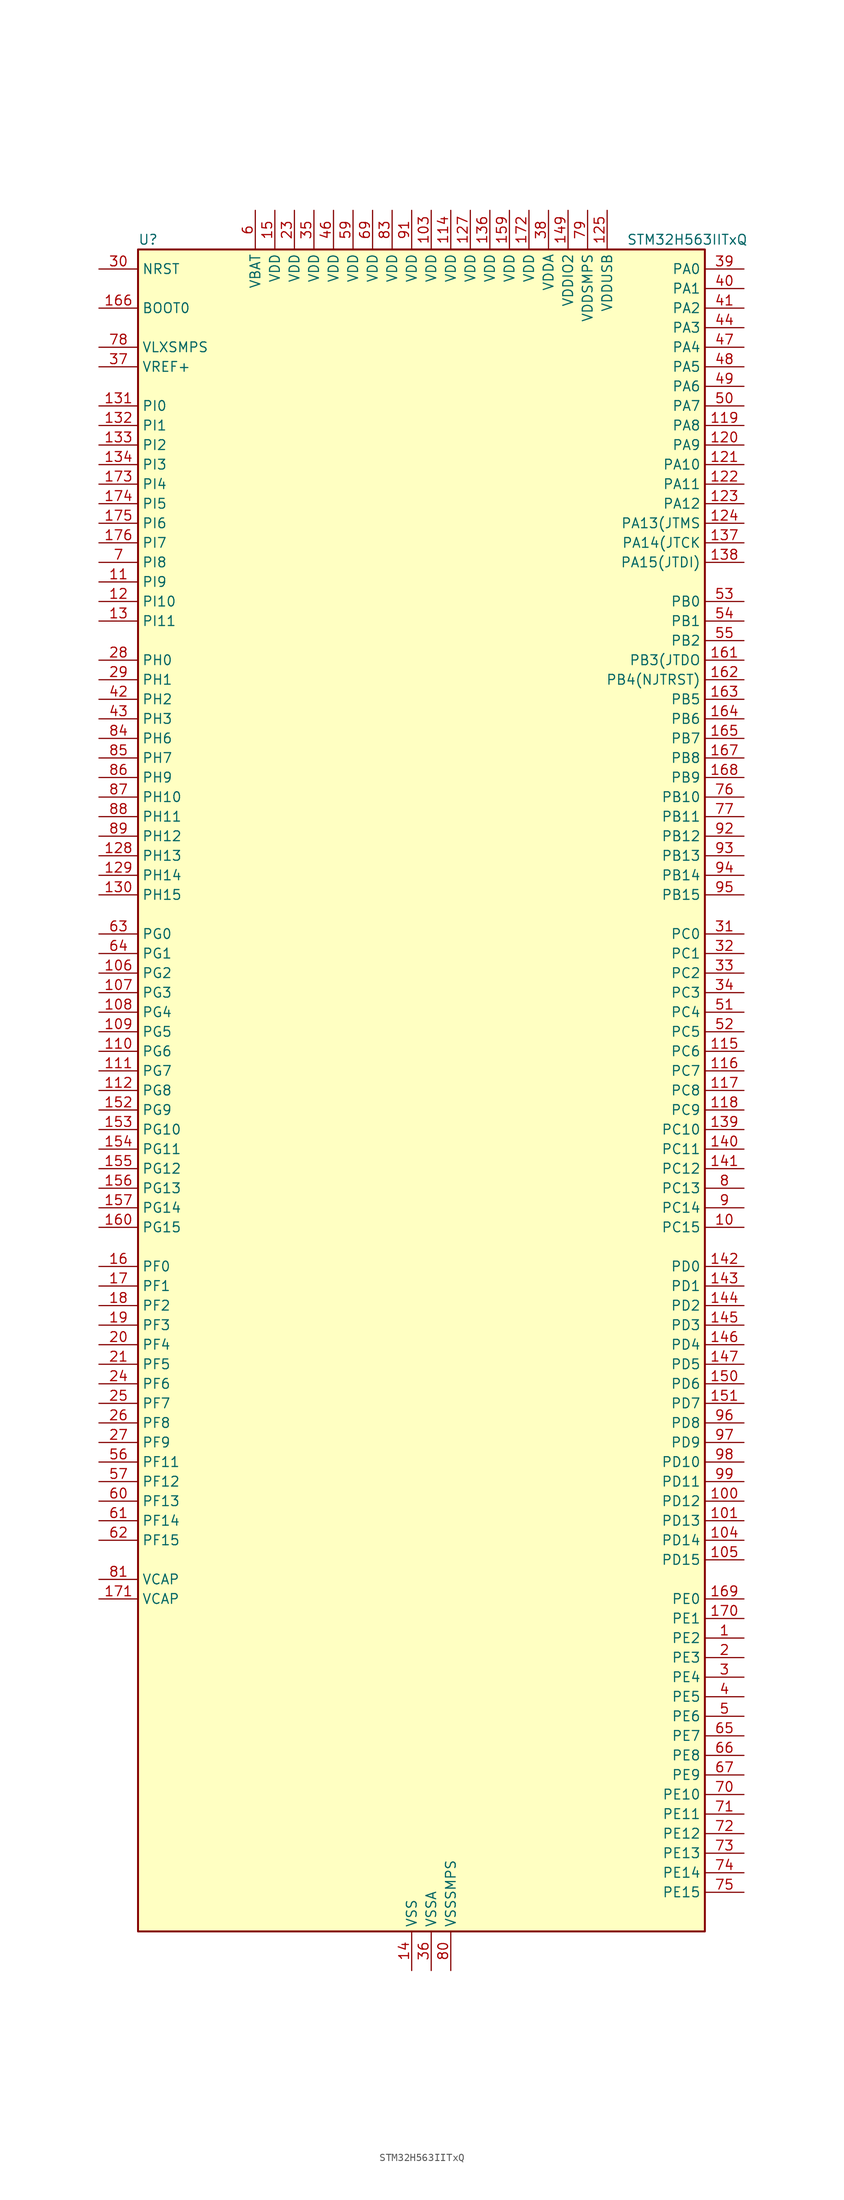
<source format=kicad_sym>
(kicad_symbol_lib
  (version 20231120)
  (generator "kicad-library-utils")
  (generator_version "8.0")
  (symbol "STM32H563IITxQ"
    (property "Reference" "U"
      (at -35.56 110.49 0)
      (effects (font (size 1.27 1.27)) (justify left)))
    (property "Value" "STM32H563IITxQ"
      (at 27.94 110.49 0)
      (effects (font (size 1.27 1.27)) (justify left)))
    (symbol "STM32H563IITxQ_0_1"
      (rectangle (start -35.56 -109.22) (end 38.1 109.22) (stroke (width 0.254) (type default)) (fill (type background))))
    (symbol "STM32H563IITxQ_1_1"
      (pin bidirectional line (at 43.18 -71.12 180) (length 5.08) (name "PE2" (effects (font (size 1.27 1.27)))) (number "1" (effects (font (size 1.27 1.27)))) (alternate "DCMI_D3" bidirectional line) (alternate "DEBUG_TRACECLK" bidirectional line) (alternate "ETH_TXD3" bidirectional line) (alternate "FMC_A23" bidirectional line) (alternate "LPTIM1_IN2" bidirectional line) (alternate "OCTOSPI1_IO2" bidirectional line) (alternate "PSSI_D3" bidirectional line) (alternate "SAI1_CK1" bidirectional line) (alternate "SAI1_MCLK_A" bidirectional line) (alternate "SPI4_SCK" bidirectional line) (alternate "UART8_TX" bidirectional line) (alternate "USART10_RX" bidirectional line))
      (pin bidirectional line (at 43.18 -17.78 180) (length 5.08) (name "PC15" (effects (font (size 1.27 1.27)))) (number "10" (effects (font (size 1.27 1.27)))) (alternate "ADC1_EXTI15" bidirectional line) (alternate "ADC2_EXTI15" bidirectional line) (alternate "RCC_OSC32_OUT" bidirectional line))
      (pin bidirectional line (at 43.18 -53.34 180) (length 5.08) (name "PD12" (effects (font (size 1.27 1.27)))) (number "100" (effects (font (size 1.27 1.27)))) (alternate "DCMI_D12" bidirectional line) (alternate "FMC_A17" bidirectional line) (alternate "FMC_ALE" bidirectional line) (alternate "I2C4_SCL" bidirectional line) (alternate "I3C1_SCL" bidirectional line) (alternate "LPTIM1_IN1" bidirectional line) (alternate "LPTIM2_IN1" bidirectional line) (alternate "OCTOSPI1_IO1" bidirectional line) (alternate "PSSI_D12" bidirectional line) (alternate "SAI1_D1" bidirectional line) (alternate "SAI2_FS_A" bidirectional line) (alternate "TIM4_CH1" bidirectional line) (alternate "UART4_TX" bidirectional line) (alternate "USART3_RTS" bidirectional line))
      (pin bidirectional line (at 43.18 -55.88 180) (length 5.08) (name "PD13" (effects (font (size 1.27 1.27)))) (number "101" (effects (font (size 1.27 1.27)))) (alternate "DCMI_D13" bidirectional line) (alternate "FMC_A18" bidirectional line) (alternate "I2C4_SDA" bidirectional line) (alternate "I3C1_SDA" bidirectional line) (alternate "LPTIM1_CH1" bidirectional line) (alternate "LPTIM2_CH1" bidirectional line) (alternate "LPTIM4_IN1" bidirectional line) (alternate "OCTOSPI1_IO3" bidirectional line) (alternate "PSSI_D13" bidirectional line) (alternate "SAI2_SCK_A" bidirectional line) (alternate "TIM4_CH2" bidirectional line) (alternate "UART9_RTS" bidirectional line))
      (pin passive line (at 0 -114.3 90) (length 5.08) hide (name "VSS" (effects (font (size 1.27 1.27)))) (number "102" (effects (font (size 1.27 1.27)))))
      (pin power_in line (at 2.54 114.3 270) (length 5.08) (name "VDD" (effects (font (size 1.27 1.27)))) (number "103" (effects (font (size 1.27 1.27)))))
      (pin bidirectional line (at 43.18 -58.42 180) (length 5.08) (name "PD14" (effects (font (size 1.27 1.27)))) (number "104" (effects (font (size 1.27 1.27)))) (alternate "FMC_D0" bidirectional line) (alternate "FMC_DA0" bidirectional line) (alternate "TIM4_CH3" bidirectional line) (alternate "UART8_CTS" bidirectional line) (alternate "UART9_RX" bidirectional line))
      (pin bidirectional line (at 43.18 -60.96 180) (length 5.08) (name "PD15" (effects (font (size 1.27 1.27)))) (number "105" (effects (font (size 1.27 1.27)))) (alternate "ADC1_EXTI15" bidirectional line) (alternate "ADC2_EXTI15" bidirectional line) (alternate "FMC_D1" bidirectional line) (alternate "FMC_DA1" bidirectional line) (alternate "TIM4_CH4" bidirectional line) (alternate "UART8_RTS" bidirectional line) (alternate "UART9_TX" bidirectional line))
      (pin bidirectional line (at -40.64 15.24 0) (length 5.08) (name "PG2" (effects (font (size 1.27 1.27)))) (number "106" (effects (font (size 1.27 1.27)))) (alternate "FMC_A12" bidirectional line) (alternate "LPTIM6_ETR" bidirectional line) (alternate "TIM8_BKIN" bidirectional line) (alternate "UART12_RX" bidirectional line))
      (pin bidirectional line (at -40.64 12.7 0) (length 5.08) (name "PG3" (effects (font (size 1.27 1.27)))) (number "107" (effects (font (size 1.27 1.27)))) (alternate "FMC_A13" bidirectional line) (alternate "LPTIM5_ETR" bidirectional line) (alternate "TIM8_BKIN2" bidirectional line) (alternate "UART12_TX" bidirectional line))
      (pin bidirectional line (at -40.64 10.16 0) (length 5.08) (name "PG4" (effects (font (size 1.27 1.27)))) (number "108" (effects (font (size 1.27 1.27)))) (alternate "FMC_A14" bidirectional line) (alternate "FMC_BA0" bidirectional line) (alternate "LPTIM4_ETR" bidirectional line) (alternate "TIM1_BKIN2" bidirectional line))
      (pin bidirectional line (at -40.64 7.62 0) (length 5.08) (name "PG5" (effects (font (size 1.27 1.27)))) (number "109" (effects (font (size 1.27 1.27)))) (alternate "FMC_A15" bidirectional line) (alternate "FMC_BA1" bidirectional line) (alternate "TIM1_ETR" bidirectional line))
      (pin bidirectional line (at -40.64 66.04 0) (length 5.08) (name "PI9" (effects (font (size 1.27 1.27)))) (number "11" (effects (font (size 1.27 1.27)))) (alternate "DAC1_EXTI9" bidirectional line) (alternate "FDCAN1_RX" bidirectional line) (alternate "UART4_RX" bidirectional line))
      (pin bidirectional line (at -40.64 5.08 0) (length 5.08) (name "PG6" (effects (font (size 1.27 1.27)))) (number "110" (effects (font (size 1.27 1.27)))) (alternate "DCMI_D12" bidirectional line) (alternate "FMC_NE3" bidirectional line) (alternate "I2C4_SDA" bidirectional line) (alternate "I3C1_SDA" bidirectional line) (alternate "OCTOSPI1_NCS" bidirectional line) (alternate "PSSI_D12" bidirectional line) (alternate "SPI1_RDY" bidirectional line) (alternate "TIM17_BKIN" bidirectional line) (alternate "UCPD1_FRSTX" bidirectional line))
      (pin bidirectional line (at -40.64 2.54 0) (length 5.08) (name "PG7" (effects (font (size 1.27 1.27)))) (number "111" (effects (font (size 1.27 1.27)))) (alternate "DCMI_D13" bidirectional line) (alternate "FMC_INT" bidirectional line) (alternate "I2C4_SCL" bidirectional line) (alternate "I3C1_SCL" bidirectional line) (alternate "PSSI_D13" bidirectional line) (alternate "SAI1_CK2" bidirectional line) (alternate "SAI1_MCLK_A" bidirectional line) (alternate "UCPD1_FRSTX" bidirectional line) (alternate "USART6_CK" bidirectional line))
      (pin bidirectional line (at -40.64 0 0) (length 5.08) (name "PG8" (effects (font (size 1.27 1.27)))) (number "112" (effects (font (size 1.27 1.27)))) (alternate "ETH_PPS_OUT" bidirectional line) (alternate "FMC_SDCLK" bidirectional line) (alternate "SPI6_NSS" bidirectional line) (alternate "TIM8_ETR" bidirectional line) (alternate "USART6_RTS" bidirectional line))
      (pin passive line (at 0 -114.3 90) (length 5.08) hide (name "VSS" (effects (font (size 1.27 1.27)))) (number "113" (effects (font (size 1.27 1.27)))))
      (pin power_in line (at 5.08 114.3 270) (length 5.08) (name "VDD" (effects (font (size 1.27 1.27)))) (number "114" (effects (font (size 1.27 1.27)))))
      (pin bidirectional line (at 43.18 5.08 180) (length 5.08) (name "PC6" (effects (font (size 1.27 1.27)))) (number "115" (effects (font (size 1.27 1.27)))) (alternate "DCMI_D0" bidirectional line) (alternate "FMC_NWAIT" bidirectional line) (alternate "I2S2_MCK" bidirectional line) (alternate "OCTOSPI1_IO5" bidirectional line) (alternate "PSSI_D0" bidirectional line) (alternate "SAI1_SCK_A" bidirectional line) (alternate "SDMMC1_D0DIR" bidirectional line) (alternate "SDMMC1_D6" bidirectional line) (alternate "SDMMC2_D6" bidirectional line) (alternate "TIM3_CH1" bidirectional line) (alternate "TIM8_CH1" bidirectional line) (alternate "USART6_TX" bidirectional line))
      (pin bidirectional line (at 43.18 2.54 180) (length 5.08) (name "PC7" (effects (font (size 1.27 1.27)))) (number "116" (effects (font (size 1.27 1.27)))) (alternate "DCMI_D1" bidirectional line) (alternate "DEBUG_TRGIO" bidirectional line) (alternate "FMC_NE1" bidirectional line) (alternate "I2S3_MCK" bidirectional line) (alternate "OCTOSPI1_IO6" bidirectional line) (alternate "PSSI_D1" bidirectional line) (alternate "SDMMC1_D123DIR" bidirectional line) (alternate "SDMMC1_D7" bidirectional line) (alternate "SDMMC2_D7" bidirectional line) (alternate "TIM3_CH2" bidirectional line) (alternate "TIM8_CH2" bidirectional line) (alternate "USART6_RX" bidirectional line))
      (pin bidirectional line (at 43.18 0 180) (length 5.08) (name "PC8" (effects (font (size 1.27 1.27)))) (number "117" (effects (font (size 1.27 1.27)))) (alternate "DCMI_D2" bidirectional line) (alternate "DEBUG_TRACED1" bidirectional line) (alternate "FMC_ALE" bidirectional line) (alternate "FMC_INT" bidirectional line) (alternate "FMC_NCE" bidirectional line) (alternate "FMC_NE2" bidirectional line) (alternate "PSSI_D2" bidirectional line) (alternate "SDMMC1_D0" bidirectional line) (alternate "TIM3_CH3" bidirectional line) (alternate "TIM8_CH3" bidirectional line) (alternate "UART5_DE" bidirectional line) (alternate "UART5_RTS" bidirectional line) (alternate "USART6_CK" bidirectional line))
      (pin bidirectional line (at 43.18 -2.54 180) (length 5.08) (name "PC9" (effects (font (size 1.27 1.27)))) (number "118" (effects (font (size 1.27 1.27)))) (alternate "AUDIOCLK" bidirectional line) (alternate "DAC1_EXTI9" bidirectional line) (alternate "DCMI_D3" bidirectional line) (alternate "FMC_CLE" bidirectional line) (alternate "I2C3_SDA" bidirectional line) (alternate "OCTOSPI1_IO0" bidirectional line) (alternate "PSSI_D3" bidirectional line) (alternate "RCC_MCO_2" bidirectional line) (alternate "SDMMC1_D1" bidirectional line) (alternate "TIM3_CH4" bidirectional line) (alternate "TIM8_CH4" bidirectional line) (alternate "UART5_CTS" bidirectional line) (alternate "UCPD1_DB2" bidirectional line))
      (pin bidirectional line (at 43.18 86.36 180) (length 5.08) (name "PA8" (effects (font (size 1.27 1.27)))) (number "119" (effects (font (size 1.27 1.27)))) (alternate "DCMI_D3" bidirectional line) (alternate "FMC_NOE" bidirectional line) (alternate "I2C3_SCL" bidirectional line) (alternate "PSSI_D3" bidirectional line) (alternate "RCC_MCO_1" bidirectional line) (alternate "SPI1_RDY" bidirectional line) (alternate "TIM1_CH1" bidirectional line) (alternate "TIM8_BKIN2" bidirectional line) (alternate "UART7_RX" bidirectional line) (alternate "USART1_CK" bidirectional line) (alternate "USB_SOF" bidirectional line))
      (pin bidirectional line (at -40.64 63.5 0) (length 5.08) (name "PI10" (effects (font (size 1.27 1.27)))) (number "12" (effects (font (size 1.27 1.27)))) (alternate "ETH_RX_ER" bidirectional line) (alternate "FDCAN1_RX" bidirectional line) (alternate "PSSI_D14" bidirectional line))
      (pin bidirectional line (at 43.18 83.82 180) (length 5.08) (name "PA9" (effects (font (size 1.27 1.27)))) (number "120" (effects (font (size 1.27 1.27)))) (alternate "DAC1_EXTI9" bidirectional line) (alternate "DCMI_D0" bidirectional line) (alternate "ETH_TX_ER" bidirectional line) (alternate "FMC_NWE" bidirectional line) (alternate "I2C3_SMBA" bidirectional line) (alternate "I2S2_CK" bidirectional line) (alternate "LPUART1_TX" bidirectional line) (alternate "PSSI_D0" bidirectional line) (alternate "SPI2_SCK" bidirectional line) (alternate "TIM1_CH2" bidirectional line) (alternate "UCPD1_DB1" bidirectional line) (alternate "USART1_TX" bidirectional line))
      (pin bidirectional line (at 43.18 81.28 180) (length 5.08) (name "PA10" (effects (font (size 1.27 1.27)))) (number "121" (effects (font (size 1.27 1.27)))) (alternate "DCMI_D1" bidirectional line) (alternate "FDCAN2_TX" bidirectional line) (alternate "LPTIM2_IN2" bidirectional line) (alternate "LPUART1_RX" bidirectional line) (alternate "PSSI_D1" bidirectional line) (alternate "SDMMC1_D0" bidirectional line) (alternate "TIM1_CH3" bidirectional line) (alternate "UCPD1_FRSTX" bidirectional line) (alternate "USART1_RX" bidirectional line))
      (pin bidirectional line (at 43.18 78.74 180) (length 5.08) (name "PA11" (effects (font (size 1.27 1.27)))) (number "122" (effects (font (size 1.27 1.27)))) (alternate "ADC1_EXTI11" bidirectional line) (alternate "ADC2_EXTI11" bidirectional line) (alternate "FDCAN1_RX" bidirectional line) (alternate "I2S2_WS" bidirectional line) (alternate "LPUART1_CTS" bidirectional line) (alternate "SPI2_NSS" bidirectional line) (alternate "TIM1_CH4" bidirectional line) (alternate "UART4_RX" bidirectional line) (alternate "USART1_CTS" bidirectional line) (alternate "USART1_NSS" bidirectional line) (alternate "USB_DM" bidirectional line))
      (pin bidirectional line (at 43.18 76.2 180) (length 5.08) (name "PA12" (effects (font (size 1.27 1.27)))) (number "123" (effects (font (size 1.27 1.27)))) (alternate "FDCAN1_TX" bidirectional line) (alternate "I2S2_CK" bidirectional line) (alternate "LPUART1_RTS" bidirectional line) (alternate "SAI2_FS_B" bidirectional line) (alternate "SPI2_SCK" bidirectional line) (alternate "TIM1_ETR" bidirectional line) (alternate "UART4_TX" bidirectional line) (alternate "USART1_RTS" bidirectional line) (alternate "USB_DP" bidirectional line))
      (pin bidirectional line (at 43.18 73.66 180) (length 5.08) (name "PA13(JTMS" (effects (font (size 1.27 1.27)))) (number "124" (effects (font (size 1.27 1.27)))) (alternate "DEBUG_JTMS-SWDIO" bidirectional line))
      (pin power_in line (at 25.4 114.3 270) (length 5.08) (name "VDDUSB" (effects (font (size 1.27 1.27)))) (number "125" (effects (font (size 1.27 1.27)))))
      (pin passive line (at 0 -114.3 90) (length 5.08) hide (name "VSS" (effects (font (size 1.27 1.27)))) (number "126" (effects (font (size 1.27 1.27)))))
      (pin power_in line (at 7.62 114.3 270) (length 5.08) (name "VDD" (effects (font (size 1.27 1.27)))) (number "127" (effects (font (size 1.27 1.27)))))
      (pin bidirectional line (at -40.64 30.48 0) (length 5.08) (name "PH13" (effects (font (size 1.27 1.27)))) (number "128" (effects (font (size 1.27 1.27)))) (alternate "DCMI_D3" bidirectional line) (alternate "FDCAN1_TX" bidirectional line) (alternate "LPTIM1_IN2" bidirectional line) (alternate "PSSI_D3" bidirectional line) (alternate "TIM8_CH1N" bidirectional line) (alternate "UART4_TX" bidirectional line) (alternate "UART8_TX" bidirectional line))
      (pin bidirectional line (at -40.64 27.94 0) (length 5.08) (name "PH14" (effects (font (size 1.27 1.27)))) (number "129" (effects (font (size 1.27 1.27)))) (alternate "DCMI_D4" bidirectional line) (alternate "FDCAN1_RX" bidirectional line) (alternate "PSSI_D4" bidirectional line) (alternate "TIM8_CH2N" bidirectional line) (alternate "UART4_RX" bidirectional line))
      (pin bidirectional line (at -40.64 60.96 0) (length 5.08) (name "PI11" (effects (font (size 1.27 1.27)))) (number "13" (effects (font (size 1.27 1.27)))) (alternate "ADC1_EXTI11" bidirectional line) (alternate "ADC2_EXTI11" bidirectional line) (alternate "PSSI_D15" bidirectional line) (alternate "TAMP_IN4" bidirectional line) (alternate "TAMP_OUT5" bidirectional line))
      (pin bidirectional line (at -40.64 25.4 0) (length 5.08) (name "PH15" (effects (font (size 1.27 1.27)))) (number "130" (effects (font (size 1.27 1.27)))) (alternate "ADC1_EXTI15" bidirectional line) (alternate "ADC2_EXTI15" bidirectional line) (alternate "DCMI_D11" bidirectional line) (alternate "PSSI_D11" bidirectional line) (alternate "TIM8_CH3N" bidirectional line))
      (pin bidirectional line (at -40.64 88.9 0) (length 5.08) (name "PI0" (effects (font (size 1.27 1.27)))) (number "131" (effects (font (size 1.27 1.27)))) (alternate "DCMI_D13" bidirectional line) (alternate "I2S2_WS" bidirectional line) (alternate "PSSI_D13" bidirectional line) (alternate "SPI2_NSS" bidirectional line) (alternate "TIM5_CH4" bidirectional line))
      (pin bidirectional line (at -40.64 86.36 0) (length 5.08) (name "PI1" (effects (font (size 1.27 1.27)))) (number "132" (effects (font (size 1.27 1.27)))) (alternate "DCMI_D8" bidirectional line) (alternate "I2S2_CK" bidirectional line) (alternate "PSSI_D8" bidirectional line) (alternate "SPI2_SCK" bidirectional line) (alternate "TIM8_BKIN2" bidirectional line))
      (pin bidirectional line (at -40.64 83.82 0) (length 5.08) (name "PI2" (effects (font (size 1.27 1.27)))) (number "133" (effects (font (size 1.27 1.27)))) (alternate "DCMI_D9" bidirectional line) (alternate "I2S2_SDI" bidirectional line) (alternate "PSSI_D9" bidirectional line) (alternate "SPI2_MISO" bidirectional line) (alternate "TIM8_CH4" bidirectional line))
      (pin bidirectional line (at -40.64 81.28 0) (length 5.08) (name "PI3" (effects (font (size 1.27 1.27)))) (number "134" (effects (font (size 1.27 1.27)))) (alternate "DCMI_D10" bidirectional line) (alternate "I2S2_SDO" bidirectional line) (alternate "PSSI_D10" bidirectional line) (alternate "SPI2_MOSI" bidirectional line) (alternate "TIM8_ETR" bidirectional line))
      (pin passive line (at 0 -114.3 90) (length 5.08) hide (name "VSS" (effects (font (size 1.27 1.27)))) (number "135" (effects (font (size 1.27 1.27)))))
      (pin power_in line (at 10.16 114.3 270) (length 5.08) (name "VDD" (effects (font (size 1.27 1.27)))) (number "136" (effects (font (size 1.27 1.27)))))
      (pin bidirectional line (at 43.18 71.12 180) (length 5.08) (name "PA14(JTCK" (effects (font (size 1.27 1.27)))) (number "137" (effects (font (size 1.27 1.27)))) (alternate "DEBUG_JTCK-SWCLK" bidirectional line))
      (pin bidirectional line (at 43.18 68.58 180) (length 5.08) (name "PA15(JTDI)" (effects (font (size 1.27 1.27)))) (number "138" (effects (font (size 1.27 1.27)))) (alternate "ADC1_EXTI15" bidirectional line) (alternate "ADC2_EXTI15" bidirectional line) (alternate "CEC" bidirectional line) (alternate "DCMI_D11" bidirectional line) (alternate "DEBUG_JTDI" bidirectional line) (alternate "FMC_NBL1" bidirectional line) (alternate "I2S1_WS" bidirectional line) (alternate "I2S3_WS" bidirectional line) (alternate "LPTIM3_IN2" bidirectional line) (alternate "PSSI_D11" bidirectional line) (alternate "SPI1_NSS" bidirectional line) (alternate "SPI3_NSS" bidirectional line) (alternate "SPI6_NSS" bidirectional line) (alternate "TIM2_CH1" bidirectional line) (alternate "TIM2_ETR" bidirectional line) (alternate "UART4_DE" bidirectional line) (alternate "UART4_RTS" bidirectional line) (alternate "UART7_TX" bidirectional line))
      (pin bidirectional line (at 43.18 -5.08 180) (length 5.08) (name "PC10" (effects (font (size 1.27 1.27)))) (number "139" (effects (font (size 1.27 1.27)))) (alternate "DCMI_D8" bidirectional line) (alternate "ETH_TXD0" bidirectional line) (alternate "I2S3_CK" bidirectional line) (alternate "LPTIM3_ETR" bidirectional line) (alternate "OCTOSPI1_IO1" bidirectional line) (alternate "PSSI_D8" bidirectional line) (alternate "SDMMC1_D2" bidirectional line) (alternate "SPI3_SCK" bidirectional line) (alternate "UART4_TX" bidirectional line) (alternate "USART3_TX" bidirectional line))
      (pin power_in line (at 0 -114.3 90) (length 5.08) (name "VSS" (effects (font (size 1.27 1.27)))) (number "14" (effects (font (size 1.27 1.27)))))
      (pin bidirectional line (at 43.18 -7.62 180) (length 5.08) (name "PC11" (effects (font (size 1.27 1.27)))) (number "140" (effects (font (size 1.27 1.27)))) (alternate "ADC1_EXTI11" bidirectional line) (alternate "ADC2_EXTI11" bidirectional line) (alternate "DCMI_D4" bidirectional line) (alternate "I2S3_SDI" bidirectional line) (alternate "LPTIM3_IN1" bidirectional line) (alternate "OCTOSPI1_NCS" bidirectional line) (alternate "PSSI_D4" bidirectional line) (alternate "SDMMC1_D3" bidirectional line) (alternate "SPI3_MISO" bidirectional line) (alternate "UART4_RX" bidirectional line) (alternate "USART3_RX" bidirectional line))
      (pin bidirectional line (at 43.18 -10.16 180) (length 5.08) (name "PC12" (effects (font (size 1.27 1.27)))) (number "141" (effects (font (size 1.27 1.27)))) (alternate "DCMI_D9" bidirectional line) (alternate "DEBUG_TRACED3" bidirectional line) (alternate "I2S3_SDO" bidirectional line) (alternate "PSSI_D9" bidirectional line) (alternate "SDMMC1_CK" bidirectional line) (alternate "SPI3_MOSI" bidirectional line) (alternate "SPI6_SCK" bidirectional line) (alternate "TIM15_CH1" bidirectional line) (alternate "UART5_TX" bidirectional line) (alternate "USART3_CK" bidirectional line))
      (pin bidirectional line (at 43.18 -22.86 180) (length 5.08) (name "PD0" (effects (font (size 1.27 1.27)))) (number "142" (effects (font (size 1.27 1.27)))) (alternate "FDCAN1_RX" bidirectional line) (alternate "FMC_D2" bidirectional line) (alternate "FMC_DA2" bidirectional line) (alternate "TIM8_CH4N" bidirectional line) (alternate "UART4_RX" bidirectional line) (alternate "UART9_CTS" bidirectional line))
      (pin bidirectional line (at 43.18 -25.4 180) (length 5.08) (name "PD1" (effects (font (size 1.27 1.27)))) (number "143" (effects (font (size 1.27 1.27)))) (alternate "FDCAN1_TX" bidirectional line) (alternate "FMC_D3" bidirectional line) (alternate "FMC_DA3" bidirectional line) (alternate "UART4_TX" bidirectional line))
      (pin bidirectional line (at 43.18 -27.94 180) (length 5.08) (name "PD2" (effects (font (size 1.27 1.27)))) (number "144" (effects (font (size 1.27 1.27)))) (alternate "DCMI_D11" bidirectional line) (alternate "DEBUG_TRACED2" bidirectional line) (alternate "LPTIM4_ETR" bidirectional line) (alternate "PSSI_D11" bidirectional line) (alternate "PWR_WKUP7" bidirectional line) (alternate "SDMMC1_CMD" bidirectional line) (alternate "TIM15_BKIN" bidirectional line) (alternate "TIM3_ETR" bidirectional line) (alternate "UART5_RX" bidirectional line))
      (pin bidirectional line (at 43.18 -30.48 180) (length 5.08) (name "PD3" (effects (font (size 1.27 1.27)))) (number "145" (effects (font (size 1.27 1.27)))) (alternate "DCMI_D5" bidirectional line) (alternate "FMC_CLK" bidirectional line) (alternate "I2S2_CK" bidirectional line) (alternate "PSSI_D5" bidirectional line) (alternate "PWR_WKUP8" bidirectional line) (alternate "SPI2_SCK" bidirectional line) (alternate "USART2_CTS" bidirectional line) (alternate "USART2_NSS" bidirectional line))
      (pin bidirectional line (at 43.18 -33.02 180) (length 5.08) (name "PD4" (effects (font (size 1.27 1.27)))) (number "146" (effects (font (size 1.27 1.27)))) (alternate "FMC_NOE" bidirectional line) (alternate "OCTOSPI1_IO4" bidirectional line) (alternate "USART2_RTS" bidirectional line))
      (pin bidirectional line (at 43.18 -35.56 180) (length 5.08) (name "PD5" (effects (font (size 1.27 1.27)))) (number "147" (effects (font (size 1.27 1.27)))) (alternate "FDCAN1_TX" bidirectional line) (alternate "FMC_NWE" bidirectional line) (alternate "OCTOSPI1_IO5" bidirectional line) (alternate "SPI2_RDY" bidirectional line) (alternate "TIM1_CH4N" bidirectional line) (alternate "USART2_TX" bidirectional line))
      (pin passive line (at 0 -114.3 90) (length 5.08) hide (name "VSS" (effects (font (size 1.27 1.27)))) (number "148" (effects (font (size 1.27 1.27)))))
      (pin power_in line (at 20.32 114.3 270) (length 5.08) (name "VDDIO2" (effects (font (size 1.27 1.27)))) (number "149" (effects (font (size 1.27 1.27)))))
      (pin power_in line (at -17.78 114.3 270) (length 5.08) (name "VDD" (effects (font (size 1.27 1.27)))) (number "15" (effects (font (size 1.27 1.27)))))
      (pin bidirectional line (at 43.18 -38.1 180) (length 5.08) (name "PD6" (effects (font (size 1.27 1.27)))) (number "150" (effects (font (size 1.27 1.27)))) (alternate "DCMI_D10" bidirectional line) (alternate "FMC_NWAIT" bidirectional line) (alternate "I2S3_SDO" bidirectional line) (alternate "OCTOSPI1_IO6" bidirectional line) (alternate "PSSI_D10" bidirectional line) (alternate "SAI1_D1" bidirectional line) (alternate "SAI1_SD_A" bidirectional line) (alternate "SDMMC2_CK" bidirectional line) (alternate "SPI3_MOSI" bidirectional line) (alternate "USART2_RX" bidirectional line))
      (pin bidirectional line (at 43.18 -40.64 180) (length 5.08) (name "PD7" (effects (font (size 1.27 1.27)))) (number "151" (effects (font (size 1.27 1.27)))) (alternate "FMC_NCE" bidirectional line) (alternate "FMC_NE1" bidirectional line) (alternate "I2S1_SDO" bidirectional line) (alternate "LPTIM4_OUT" bidirectional line) (alternate "OCTOSPI1_IO7" bidirectional line) (alternate "SDMMC2_CMD" bidirectional line) (alternate "SPI1_MOSI" bidirectional line) (alternate "USART2_CK" bidirectional line))
      (pin bidirectional line (at -40.64 -2.54 0) (length 5.08) (name "PG9" (effects (font (size 1.27 1.27)))) (number "152" (effects (font (size 1.27 1.27)))) (alternate "DAC1_EXTI9" bidirectional line) (alternate "DCMI_VSYNC" bidirectional line) (alternate "FMC_NCE" bidirectional line) (alternate "FMC_NE2" bidirectional line) (alternate "I2S1_SDI" bidirectional line) (alternate "OCTOSPI1_IO6" bidirectional line) (alternate "PSSI_RDY" bidirectional line) (alternate "SAI2_FS_B" bidirectional line) (alternate "SDMMC2_D0" bidirectional line) (alternate "SPI1_MISO" bidirectional line) (alternate "USART6_RX" bidirectional line))
      (pin bidirectional line (at -40.64 -5.08 0) (length 5.08) (name "PG10" (effects (font (size 1.27 1.27)))) (number "153" (effects (font (size 1.27 1.27)))) (alternate "DCMI_D2" bidirectional line) (alternate "FMC_NE3" bidirectional line) (alternate "I2S1_WS" bidirectional line) (alternate "PSSI_D2" bidirectional line) (alternate "SAI2_SD_B" bidirectional line) (alternate "SDMMC2_D1" bidirectional line) (alternate "SPI1_NSS" bidirectional line))
      (pin bidirectional line (at -40.64 -7.62 0) (length 5.08) (name "PG11" (effects (font (size 1.27 1.27)))) (number "154" (effects (font (size 1.27 1.27)))) (alternate "ADC1_EXTI11" bidirectional line) (alternate "ADC2_EXTI11" bidirectional line) (alternate "DCMI_D3" bidirectional line) (alternate "ETH_TX_EN" bidirectional line) (alternate "I2S1_CK" bidirectional line) (alternate "LPTIM1_IN2" bidirectional line) (alternate "PSSI_D3" bidirectional line) (alternate "SDMMC2_D2" bidirectional line) (alternate "SPI1_SCK" bidirectional line) (alternate "USART10_RX" bidirectional line) (alternate "USART11_RTS" bidirectional line))
      (pin bidirectional line (at -40.64 -10.16 0) (length 5.08) (name "PG12" (effects (font (size 1.27 1.27)))) (number "155" (effects (font (size 1.27 1.27)))) (alternate "DCMI_D11" bidirectional line) (alternate "ETH_TXD1" bidirectional line) (alternate "FMC_NE4" bidirectional line) (alternate "LPTIM1_IN1" bidirectional line) (alternate "LPTIM5_CH1" bidirectional line) (alternate "PSSI_D11" bidirectional line) (alternate "PSSI_D15" bidirectional line) (alternate "SDMMC2_D3" bidirectional line) (alternate "SPI6_MISO" bidirectional line) (alternate "USART10_TX" bidirectional line) (alternate "USART6_RTS" bidirectional line))
      (pin bidirectional line (at -40.64 -12.7 0) (length 5.08) (name "PG13" (effects (font (size 1.27 1.27)))) (number "156" (effects (font (size 1.27 1.27)))) (alternate "DEBUG_TRACED0" bidirectional line) (alternate "ETH_TXD0" bidirectional line) (alternate "FMC_A24" bidirectional line) (alternate "LPTIM1_CH1" bidirectional line) (alternate "LPTIM5_CH2" bidirectional line) (alternate "SDMMC2_D6" bidirectional line) (alternate "SPI6_SCK" bidirectional line) (alternate "USART10_CTS" bidirectional line) (alternate "USART10_NSS" bidirectional line) (alternate "USART6_CTS" bidirectional line) (alternate "USART6_NSS" bidirectional line))
      (pin bidirectional line (at -40.64 -15.24 0) (length 5.08) (name "PG14" (effects (font (size 1.27 1.27)))) (number "157" (effects (font (size 1.27 1.27)))) (alternate "DEBUG_TRACED1" bidirectional line) (alternate "ETH_TXD1" bidirectional line) (alternate "FMC_A25" bidirectional line) (alternate "LPTIM1_CH2" bidirectional line) (alternate "LPTIM1_ETR" bidirectional line) (alternate "LPTIM5_IN1" bidirectional line) (alternate "OCTOSPI1_IO7" bidirectional line) (alternate "SDMMC2_D7" bidirectional line) (alternate "SPI6_MOSI" bidirectional line) (alternate "USART10_RTS" bidirectional line) (alternate "USART6_TX" bidirectional line))
      (pin passive line (at 0 -114.3 90) (length 5.08) hide (name "VSS" (effects (font (size 1.27 1.27)))) (number "158" (effects (font (size 1.27 1.27)))))
      (pin power_in line (at 12.7 114.3 270) (length 5.08) (name "VDD" (effects (font (size 1.27 1.27)))) (number "159" (effects (font (size 1.27 1.27)))))
      (pin bidirectional line (at -40.64 -22.86 0) (length 5.08) (name "PF0" (effects (font (size 1.27 1.27)))) (number "16" (effects (font (size 1.27 1.27)))) (alternate "FMC_A0" bidirectional line) (alternate "I2C2_SDA" bidirectional line) (alternate "LPTIM5_CH1" bidirectional line))
      (pin bidirectional line (at -40.64 -17.78 0) (length 5.08) (name "PG15" (effects (font (size 1.27 1.27)))) (number "160" (effects (font (size 1.27 1.27)))) (alternate "ADC1_EXTI15" bidirectional line) (alternate "ADC2_EXTI15" bidirectional line) (alternate "DCMI_D13" bidirectional line) (alternate "FMC_SDNCAS" bidirectional line) (alternate "PSSI_D13" bidirectional line) (alternate "SPI4_RDY" bidirectional line) (alternate "USART10_CK" bidirectional line) (alternate "USART6_CTS" bidirectional line) (alternate "USART6_NSS" bidirectional line))
      (pin bidirectional line (at 43.18 55.88 180) (length 5.08) (name "PB3(JTDO" (effects (font (size 1.27 1.27)))) (number "161" (effects (font (size 1.27 1.27)))) (alternate "CRS_SYNC" bidirectional line) (alternate "DEBUG_JTDO-SWO" bidirectional line) (alternate "I2C2_SDA" bidirectional line) (alternate "I2S1_CK" bidirectional line) (alternate "I2S3_CK" bidirectional line) (alternate "LPTIM6_ETR" bidirectional line) (alternate "SDMMC2_D2" bidirectional line) (alternate "SPI1_SCK" bidirectional line) (alternate "SPI3_SCK" bidirectional line) (alternate "SPI6_SCK" bidirectional line) (alternate "TIM2_CH2" bidirectional line) (alternate "UART12_CTS" bidirectional line) (alternate "UART7_RX" bidirectional line))
      (pin bidirectional line (at 43.18 53.34 180) (length 5.08) (name "PB4(NJTRST)" (effects (font (size 1.27 1.27)))) (number "162" (effects (font (size 1.27 1.27)))) (alternate "DCMI_D7" bidirectional line) (alternate "DEBUG_JTRST" bidirectional line) (alternate "I2S1_SDI" bidirectional line) (alternate "I2S2_WS" bidirectional line) (alternate "I2S3_SDI" bidirectional line) (alternate "LPTIM1_CH2" bidirectional line) (alternate "OCTOSPI1_CLK" bidirectional line) (alternate "PSSI_D7" bidirectional line) (alternate "SDMMC2_D3" bidirectional line) (alternate "SPI1_MISO" bidirectional line) (alternate "SPI2_NSS" bidirectional line) (alternate "SPI3_MISO" bidirectional line) (alternate "SPI6_MISO" bidirectional line) (alternate "TIM16_BKIN" bidirectional line) (alternate "TIM3_CH1" bidirectional line) (alternate "UART7_TX" bidirectional line))
      (pin bidirectional line (at 43.18 50.8 180) (length 5.08) (name "PB5" (effects (font (size 1.27 1.27)))) (number "163" (effects (font (size 1.27 1.27)))) (alternate "DCMI_D10" bidirectional line) (alternate "ETH_PPS_OUT" bidirectional line) (alternate "FDCAN2_RX" bidirectional line) (alternate "FMC_SDCKE1" bidirectional line) (alternate "I2C1_SMBA" bidirectional line) (alternate "I2C4_SMBA" bidirectional line) (alternate "I2S1_SDO" bidirectional line) (alternate "I2S3_SDO" bidirectional line) (alternate "OCTOSPI1_NCLK" bidirectional line) (alternate "PSSI_D10" bidirectional line) (alternate "SPI1_MOSI" bidirectional line) (alternate "SPI3_MOSI" bidirectional line) (alternate "SPI6_MOSI" bidirectional line) (alternate "TIM17_BKIN" bidirectional line) (alternate "TIM3_CH2" bidirectional line) (alternate "UART5_RX" bidirectional line))
      (pin bidirectional line (at 43.18 48.26 180) (length 5.08) (name "PB6" (effects (font (size 1.27 1.27)))) (number "164" (effects (font (size 1.27 1.27)))) (alternate "CEC" bidirectional line) (alternate "DCMI_D5" bidirectional line) (alternate "FDCAN2_TX" bidirectional line) (alternate "FMC_SDNE1" bidirectional line) (alternate "I2C1_SCL" bidirectional line) (alternate "I2C4_SCL" bidirectional line) (alternate "I3C1_SCL" bidirectional line) (alternate "LPUART1_TX" bidirectional line) (alternate "OCTOSPI1_NCS" bidirectional line) (alternate "PSSI_D5" bidirectional line) (alternate "TIM16_CH1N" bidirectional line) (alternate "TIM4_CH1" bidirectional line) (alternate "UART5_TX" bidirectional line) (alternate "USART1_TX" bidirectional line))
      (pin bidirectional line (at 43.18 45.72 180) (length 5.08) (name "PB7" (effects (font (size 1.27 1.27)))) (number "165" (effects (font (size 1.27 1.27)))) (alternate "DCMI_VSYNC" bidirectional line) (alternate "FDCAN1_TX" bidirectional line) (alternate "FMC_NL" bidirectional line) (alternate "I2C1_SDA" bidirectional line) (alternate "I2C4_SDA" bidirectional line) (alternate "I3C1_SDA" bidirectional line) (alternate "LPUART1_RX" bidirectional line) (alternate "PSSI_RDY" bidirectional line) (alternate "PWR_WKUP5" bidirectional line) (alternate "SDMMC2_CKIN" bidirectional line) (alternate "SDMMC2_D5" bidirectional line) (alternate "TIM17_CH1N" bidirectional line) (alternate "TIM4_CH2" bidirectional line) (alternate "USART1_RX" bidirectional line))
      (pin input line (at -40.64 101.6 0) (length 5.08) (name "BOOT0" (effects (font (size 1.27 1.27)))) (number "166" (effects (font (size 1.27 1.27)))))
      (pin bidirectional line (at 43.18 43.18 180) (length 5.08) (name "PB8" (effects (font (size 1.27 1.27)))) (number "167" (effects (font (size 1.27 1.27)))) (alternate "DCMI_D6" bidirectional line) (alternate "ETH_TXD3" bidirectional line) (alternate "FDCAN1_RX" bidirectional line) (alternate "I2C1_SCL" bidirectional line) (alternate "I2C4_SCL" bidirectional line) (alternate "I3C1_SCL" bidirectional line) (alternate "PSSI_D6" bidirectional line) (alternate "SDMMC1_CKIN" bidirectional line) (alternate "SDMMC1_D4" bidirectional line) (alternate "SDMMC2_D4" bidirectional line) (alternate "SPI4_RDY" bidirectional line) (alternate "TIM16_CH1" bidirectional line) (alternate "TIM4_CH3" bidirectional line) (alternate "UART4_RX" bidirectional line))
      (pin bidirectional line (at 43.18 40.64 180) (length 5.08) (name "PB9" (effects (font (size 1.27 1.27)))) (number "168" (effects (font (size 1.27 1.27)))) (alternate "DAC1_EXTI9" bidirectional line) (alternate "DCMI_D7" bidirectional line) (alternate "FDCAN1_TX" bidirectional line) (alternate "I2C1_SDA" bidirectional line) (alternate "I2C4_SDA" bidirectional line) (alternate "I2S2_WS" bidirectional line) (alternate "I3C1_SDA" bidirectional line) (alternate "PSSI_D7" bidirectional line) (alternate "SDMMC1_CDIR" bidirectional line) (alternate "SDMMC1_D5" bidirectional line) (alternate "SDMMC2_CKIN" bidirectional line) (alternate "SDMMC2_D5" bidirectional line) (alternate "SPI2_NSS" bidirectional line) (alternate "TIM17_CH1" bidirectional line) (alternate "TIM4_CH4" bidirectional line) (alternate "UART4_TX" bidirectional line))
      (pin bidirectional line (at 43.18 -66.04 180) (length 5.08) (name "PE0" (effects (font (size 1.27 1.27)))) (number "169" (effects (font (size 1.27 1.27)))) (alternate "DCMI_D2" bidirectional line) (alternate "FDCAN1_RX" bidirectional line) (alternate "FMC_NBL0" bidirectional line) (alternate "LPTIM1_ETR" bidirectional line) (alternate "LPTIM2_CH2" bidirectional line) (alternate "LPTIM2_ETR" bidirectional line) (alternate "PSSI_D2" bidirectional line) (alternate "SAI2_MCLK_A" bidirectional line) (alternate "SPI3_RDY" bidirectional line) (alternate "TIM4_ETR" bidirectional line) (alternate "UART8_RX" bidirectional line))
      (pin bidirectional line (at -40.64 -25.4 0) (length 5.08) (name "PF1" (effects (font (size 1.27 1.27)))) (number "17" (effects (font (size 1.27 1.27)))) (alternate "FMC_A1" bidirectional line) (alternate "I2C2_SCL" bidirectional line) (alternate "LPTIM5_CH2" bidirectional line))
      (pin bidirectional line (at 43.18 -68.58 180) (length 5.08) (name "PE1" (effects (font (size 1.27 1.27)))) (number "170" (effects (font (size 1.27 1.27)))) (alternate "DCMI_D3" bidirectional line) (alternate "FDCAN1_TX" bidirectional line) (alternate "FMC_NBL1" bidirectional line) (alternate "LPTIM1_IN2" bidirectional line) (alternate "PSSI_D3" bidirectional line) (alternate "UART8_TX" bidirectional line))
      (pin power_out line (at -40.64 -66.04 0) (length 5.08) (name "VCAP" (effects (font (size 1.27 1.27)))) (number "171" (effects (font (size 1.27 1.27)))))
      (pin power_in line (at 15.24 114.3 270) (length 5.08) (name "VDD" (effects (font (size 1.27 1.27)))) (number "172" (effects (font (size 1.27 1.27)))))
      (pin bidirectional line (at -40.64 78.74 0) (length 5.08) (name "PI4" (effects (font (size 1.27 1.27)))) (number "173" (effects (font (size 1.27 1.27)))) (alternate "DCMI_D5" bidirectional line) (alternate "PSSI_D5" bidirectional line) (alternate "SAI2_MCLK_A" bidirectional line) (alternate "SPI2_RDY" bidirectional line) (alternate "TIM8_BKIN" bidirectional line))
      (pin bidirectional line (at -40.64 76.2 0) (length 5.08) (name "PI5" (effects (font (size 1.27 1.27)))) (number "174" (effects (font (size 1.27 1.27)))) (alternate "DCMI_VSYNC" bidirectional line) (alternate "PSSI_RDY" bidirectional line) (alternate "SAI2_SCK_A" bidirectional line) (alternate "TIM8_CH1" bidirectional line))
      (pin bidirectional line (at -40.64 73.66 0) (length 5.08) (name "PI6" (effects (font (size 1.27 1.27)))) (number "175" (effects (font (size 1.27 1.27)))) (alternate "DCMI_D6" bidirectional line) (alternate "PSSI_D6" bidirectional line) (alternate "SAI2_SD_A" bidirectional line) (alternate "TIM8_CH2" bidirectional line))
      (pin bidirectional line (at -40.64 71.12 0) (length 5.08) (name "PI7" (effects (font (size 1.27 1.27)))) (number "176" (effects (font (size 1.27 1.27)))) (alternate "DCMI_D7" bidirectional line) (alternate "PSSI_D7" bidirectional line) (alternate "SAI2_FS_A" bidirectional line) (alternate "TIM8_CH3" bidirectional line))
      (pin bidirectional line (at -40.64 -27.94 0) (length 5.08) (name "PF2" (effects (font (size 1.27 1.27)))) (number "18" (effects (font (size 1.27 1.27)))) (alternate "FMC_A2" bidirectional line) (alternate "I2C2_SMBA" bidirectional line) (alternate "LPTIM3_CH2" bidirectional line) (alternate "LPTIM3_IN2" bidirectional line) (alternate "LPTIM5_IN1" bidirectional line) (alternate "UART12_TX" bidirectional line) (alternate "USART11_CK" bidirectional line))
      (pin bidirectional line (at -40.64 -30.48 0) (length 5.08) (name "PF3" (effects (font (size 1.27 1.27)))) (number "19" (effects (font (size 1.27 1.27)))) (alternate "FMC_A3" bidirectional line) (alternate "LPTIM3_IN1" bidirectional line) (alternate "LPTIM5_IN2" bidirectional line) (alternate "USART11_TX" bidirectional line))
      (pin bidirectional line (at 43.18 -73.66 180) (length 5.08) (name "PE3" (effects (font (size 1.27 1.27)))) (number "2" (effects (font (size 1.27 1.27)))) (alternate "DEBUG_TRACED0" bidirectional line) (alternate "FMC_A19" bidirectional line) (alternate "SAI1_SD_B" bidirectional line) (alternate "TAMP_IN6" bidirectional line) (alternate "TAMP_OUT3" bidirectional line) (alternate "TIM15_BKIN" bidirectional line) (alternate "USART10_TX" bidirectional line))
      (pin bidirectional line (at -40.64 -33.02 0) (length 5.08) (name "PF4" (effects (font (size 1.27 1.27)))) (number "20" (effects (font (size 1.27 1.27)))) (alternate "FMC_A4" bidirectional line) (alternate "LPTIM3_ETR" bidirectional line) (alternate "USART11_RX" bidirectional line))
      (pin bidirectional line (at -40.64 -35.56 0) (length 5.08) (name "PF5" (effects (font (size 1.27 1.27)))) (number "21" (effects (font (size 1.27 1.27)))) (alternate "FMC_A5" bidirectional line) (alternate "I2C4_SCL" bidirectional line) (alternate "I3C1_SCL" bidirectional line) (alternate "LPTIM3_CH1" bidirectional line) (alternate "LPTIM3_IN1" bidirectional line) (alternate "UART12_RX" bidirectional line) (alternate "USART11_CTS" bidirectional line) (alternate "USART11_NSS" bidirectional line))
      (pin passive line (at 0 -114.3 90) (length 5.08) hide (name "VSS" (effects (font (size 1.27 1.27)))) (number "22" (effects (font (size 1.27 1.27)))))
      (pin power_in line (at -15.24 114.3 270) (length 5.08) (name "VDD" (effects (font (size 1.27 1.27)))) (number "23" (effects (font (size 1.27 1.27)))))
      (pin bidirectional line (at -40.64 -38.1 0) (length 5.08) (name "PF6" (effects (font (size 1.27 1.27)))) (number "24" (effects (font (size 1.27 1.27)))) (alternate "LPTIM5_CH1" bidirectional line) (alternate "OCTOSPI1_IO3" bidirectional line) (alternate "SAI1_SD_B" bidirectional line) (alternate "SPI5_NSS" bidirectional line) (alternate "TIM16_CH1" bidirectional line) (alternate "UART7_RX" bidirectional line))
      (pin bidirectional line (at -40.64 -40.64 0) (length 5.08) (name "PF7" (effects (font (size 1.27 1.27)))) (number "25" (effects (font (size 1.27 1.27)))) (alternate "LPTIM5_CH2" bidirectional line) (alternate "OCTOSPI1_IO2" bidirectional line) (alternate "SAI1_MCLK_B" bidirectional line) (alternate "SPI5_SCK" bidirectional line) (alternate "TIM17_CH1" bidirectional line) (alternate "UART7_TX" bidirectional line))
      (pin bidirectional line (at -40.64 -43.18 0) (length 5.08) (name "PF8" (effects (font (size 1.27 1.27)))) (number "26" (effects (font (size 1.27 1.27)))) (alternate "LPTIM5_IN1" bidirectional line) (alternate "OCTOSPI1_IO0" bidirectional line) (alternate "SAI1_SCK_B" bidirectional line) (alternate "SPI5_MISO" bidirectional line) (alternate "TIM13_CH1" bidirectional line) (alternate "TIM16_CH1N" bidirectional line) (alternate "UART7_RTS" bidirectional line))
      (pin bidirectional line (at -40.64 -45.72 0) (length 5.08) (name "PF9" (effects (font (size 1.27 1.27)))) (number "27" (effects (font (size 1.27 1.27)))) (alternate "DAC1_EXTI9" bidirectional line) (alternate "LPTIM5_IN2" bidirectional line) (alternate "OCTOSPI1_IO1" bidirectional line) (alternate "SAI1_FS_B" bidirectional line) (alternate "SPI5_MOSI" bidirectional line) (alternate "TIM14_CH1" bidirectional line) (alternate "TIM17_CH1N" bidirectional line) (alternate "UART7_CTS" bidirectional line))
      (pin bidirectional line (at -40.64 55.88 0) (length 5.08) (name "PH0" (effects (font (size 1.27 1.27)))) (number "28" (effects (font (size 1.27 1.27)))) (alternate "RCC_OSC_IN" bidirectional line))
      (pin bidirectional line (at -40.64 53.34 0) (length 5.08) (name "PH1" (effects (font (size 1.27 1.27)))) (number "29" (effects (font (size 1.27 1.27)))) (alternate "RCC_OSC_OUT" bidirectional line))
      (pin bidirectional line (at 43.18 -76.2 180) (length 5.08) (name "PE4" (effects (font (size 1.27 1.27)))) (number "3" (effects (font (size 1.27 1.27)))) (alternate "DCMI_D4" bidirectional line) (alternate "DEBUG_TRACED1" bidirectional line) (alternate "FMC_A20" bidirectional line) (alternate "PSSI_D4" bidirectional line) (alternate "SAI1_D2" bidirectional line) (alternate "SAI1_FS_A" bidirectional line) (alternate "SPI4_NSS" bidirectional line) (alternate "TAMP_IN7" bidirectional line) (alternate "TAMP_OUT8" bidirectional line) (alternate "TIM15_CH1N" bidirectional line))
      (pin input line (at -40.64 106.68 0) (length 5.08) (name "NRST" (effects (font (size 1.27 1.27)))) (number "30" (effects (font (size 1.27 1.27)))))
      (pin bidirectional line (at 43.18 20.32 180) (length 5.08) (name "PC0" (effects (font (size 1.27 1.27)))) (number "31" (effects (font (size 1.27 1.27)))) (alternate "ADC1_INP10" bidirectional line) (alternate "ADC2_INP10" bidirectional line) (alternate "FMC_A25" bidirectional line) (alternate "FMC_SDNWE" bidirectional line) (alternate "OCTOSPI1_IO7" bidirectional line) (alternate "SAI1_MCLK_A" bidirectional line) (alternate "SAI2_FS_B" bidirectional line) (alternate "SPI2_RDY" bidirectional line) (alternate "TIM16_BKIN" bidirectional line))
      (pin bidirectional line (at 43.18 17.78 180) (length 5.08) (name "PC1" (effects (font (size 1.27 1.27)))) (number "32" (effects (font (size 1.27 1.27)))) (alternate "ADC1_INN10" bidirectional line) (alternate "ADC1_INP11" bidirectional line) (alternate "ADC2_INN10" bidirectional line) (alternate "ADC2_INP11" bidirectional line) (alternate "DEBUG_TRACED0" bidirectional line) (alternate "ETH_MDC" bidirectional line) (alternate "I2S2_SDO" bidirectional line) (alternate "OCTOSPI1_IO4" bidirectional line) (alternate "PWR_WKUP6" bidirectional line) (alternate "SAI1_D1" bidirectional line) (alternate "SAI1_SD_A" bidirectional line) (alternate "SAI2_SD_A" bidirectional line) (alternate "SDMMC2_CK" bidirectional line) (alternate "SPI2_MOSI" bidirectional line) (alternate "TAMP_IN3" bidirectional line) (alternate "TAMP_OUT5" bidirectional line) (alternate "USART11_RTS" bidirectional line))
      (pin bidirectional line (at 43.18 15.24 180) (length 5.08) (name "PC2" (effects (font (size 1.27 1.27)))) (number "33" (effects (font (size 1.27 1.27)))) (alternate "ADC1_INN11" bidirectional line) (alternate "ADC1_INP12" bidirectional line) (alternate "ADC2_INN11" bidirectional line) (alternate "ADC2_INP12" bidirectional line) (alternate "ETH_TXD2" bidirectional line) (alternate "FMC_SDNE0" bidirectional line) (alternate "I2S2_SDI" bidirectional line) (alternate "OCTOSPI1_IO2" bidirectional line) (alternate "OCTOSPI1_IO5" bidirectional line) (alternate "PWR_CSLEEP" bidirectional line) (alternate "SPI2_MISO" bidirectional line) (alternate "TIM17_CH1" bidirectional line) (alternate "TIM4_CH4" bidirectional line))
      (pin bidirectional line (at 43.18 12.7 180) (length 5.08) (name "PC3" (effects (font (size 1.27 1.27)))) (number "34" (effects (font (size 1.27 1.27)))) (alternate "ADC1_INN12" bidirectional line) (alternate "ADC1_INP13" bidirectional line) (alternate "ADC2_INN12" bidirectional line) (alternate "ADC2_INP13" bidirectional line) (alternate "ETH_TX_CLK" bidirectional line) (alternate "FMC_SDCKE0" bidirectional line) (alternate "I2S2_SDO" bidirectional line) (alternate "LPTIM3_CH1" bidirectional line) (alternate "OCTOSPI1_IO0" bidirectional line) (alternate "OCTOSPI1_IO6" bidirectional line) (alternate "PWR_CSTOP" bidirectional line) (alternate "SAI1_D3" bidirectional line) (alternate "SPI2_MOSI" bidirectional line))
      (pin power_in line (at -12.7 114.3 270) (length 5.08) (name "VDD" (effects (font (size 1.27 1.27)))) (number "35" (effects (font (size 1.27 1.27)))))
      (pin power_in line (at 2.54 -114.3 90) (length 5.08) (name "VSSA" (effects (font (size 1.27 1.27)))) (number "36" (effects (font (size 1.27 1.27)))))
      (pin input line (at -40.64 93.98 0) (length 5.08) (name "VREF+" (effects (font (size 1.27 1.27)))) (number "37" (effects (font (size 1.27 1.27)))))
      (pin power_in line (at 17.78 114.3 270) (length 5.08) (name "VDDA" (effects (font (size 1.27 1.27)))) (number "38" (effects (font (size 1.27 1.27)))))
      (pin bidirectional line (at 43.18 106.68 180) (length 5.08) (name "PA0" (effects (font (size 1.27 1.27)))) (number "39" (effects (font (size 1.27 1.27)))) (alternate "ADC1_INN1" bidirectional line) (alternate "ADC1_INP0" bidirectional line) (alternate "ADC2_INN1" bidirectional line) (alternate "ADC2_INP0" bidirectional line) (alternate "ETH_CRS" bidirectional line) (alternate "PWR_WKUP1" bidirectional line) (alternate "SAI2_SD_B" bidirectional line) (alternate "SDMMC2_CMD" bidirectional line) (alternate "SPI3_RDY" bidirectional line) (alternate "SPI6_NSS" bidirectional line) (alternate "TAMP_IN2" bidirectional line) (alternate "TAMP_OUT1" bidirectional line) (alternate "TIM15_BKIN" bidirectional line) (alternate "TIM2_CH1" bidirectional line) (alternate "TIM2_ETR" bidirectional line) (alternate "TIM5_CH1" bidirectional line) (alternate "TIM8_ETR" bidirectional line) (alternate "UART4_TX" bidirectional line) (alternate "USART2_CTS" bidirectional line) (alternate "USART2_NSS" bidirectional line))
      (pin bidirectional line (at 43.18 -78.74 180) (length 5.08) (name "PE5" (effects (font (size 1.27 1.27)))) (number "4" (effects (font (size 1.27 1.27)))) (alternate "DCMI_D6" bidirectional line) (alternate "DEBUG_TRACED2" bidirectional line) (alternate "FMC_A21" bidirectional line) (alternate "PSSI_D6" bidirectional line) (alternate "SAI1_CK2" bidirectional line) (alternate "SAI1_SCK_A" bidirectional line) (alternate "SPI4_MISO" bidirectional line) (alternate "TAMP_IN8" bidirectional line) (alternate "TAMP_OUT7" bidirectional line) (alternate "TIM15_CH1" bidirectional line))
      (pin bidirectional line (at 43.18 104.14 180) (length 5.08) (name "PA1" (effects (font (size 1.27 1.27)))) (number "40" (effects (font (size 1.27 1.27)))) (alternate "ADC1_INP1" bidirectional line) (alternate "ADC2_INP1" bidirectional line) (alternate "ETH_REF_CLK" bidirectional line) (alternate "ETH_RX_CLK" bidirectional line) (alternate "LPTIM1_IN1" bidirectional line) (alternate "OCTOSPI1_DQS" bidirectional line) (alternate "OCTOSPI1_IO3" bidirectional line) (alternate "SAI2_MCLK_B" bidirectional line) (alternate "TAMP_IN5" bidirectional line) (alternate "TAMP_OUT4" bidirectional line) (alternate "TIM15_CH1N" bidirectional line) (alternate "TIM2_CH2" bidirectional line) (alternate "TIM5_CH2" bidirectional line) (alternate "UART4_RX" bidirectional line) (alternate "USART2_RTS" bidirectional line))
      (pin bidirectional line (at 43.18 101.6 180) (length 5.08) (name "PA2" (effects (font (size 1.27 1.27)))) (number "41" (effects (font (size 1.27 1.27)))) (alternate "ADC1_INP14" bidirectional line) (alternate "ADC2_INP14" bidirectional line) (alternate "ETH_MDIO" bidirectional line) (alternate "LPTIM1_IN2" bidirectional line) (alternate "PWR_WKUP2" bidirectional line) (alternate "SAI2_SCK_B" bidirectional line) (alternate "TAMP_IN4" bidirectional line) (alternate "TAMP_OUT3" bidirectional line) (alternate "TIM15_CH1" bidirectional line) (alternate "TIM2_CH3" bidirectional line) (alternate "TIM5_CH3" bidirectional line) (alternate "USART2_TX" bidirectional line))
      (pin bidirectional line (at -40.64 50.8 0) (length 5.08) (name "PH2" (effects (font (size 1.27 1.27)))) (number "42" (effects (font (size 1.27 1.27)))) (alternate "ETH_CRS" bidirectional line) (alternate "FMC_SDCKE0" bidirectional line) (alternate "LPTIM1_IN2" bidirectional line) (alternate "OCTOSPI1_IO4" bidirectional line) (alternate "SAI2_SCK_B" bidirectional line))
      (pin bidirectional line (at -40.64 48.26 0) (length 5.08) (name "PH3" (effects (font (size 1.27 1.27)))) (number "43" (effects (font (size 1.27 1.27)))) (alternate "ETH_COL" bidirectional line) (alternate "FMC_SDNE0" bidirectional line) (alternate "OCTOSPI1_IO5" bidirectional line) (alternate "SAI2_MCLK_B" bidirectional line))
      (pin bidirectional line (at 43.18 99.06 180) (length 5.08) (name "PA3" (effects (font (size 1.27 1.27)))) (number "44" (effects (font (size 1.27 1.27)))) (alternate "ADC1_INP15" bidirectional line) (alternate "ADC2_INP15" bidirectional line) (alternate "ETH_COL" bidirectional line) (alternate "I2S2_WS" bidirectional line) (alternate "OCTOSPI1_CLK" bidirectional line) (alternate "SAI1_SD_B" bidirectional line) (alternate "SPI2_NSS" bidirectional line) (alternate "TIM15_CH2" bidirectional line) (alternate "TIM2_CH4" bidirectional line) (alternate "TIM5_CH4" bidirectional line) (alternate "USART2_RX" bidirectional line))
      (pin passive line (at 0 -114.3 90) (length 5.08) hide (name "VSS" (effects (font (size 1.27 1.27)))) (number "45" (effects (font (size 1.27 1.27)))))
      (pin power_in line (at -10.16 114.3 270) (length 5.08) (name "VDD" (effects (font (size 1.27 1.27)))) (number "46" (effects (font (size 1.27 1.27)))))
      (pin bidirectional line (at 43.18 96.52 180) (length 5.08) (name "PA4" (effects (font (size 1.27 1.27)))) (number "47" (effects (font (size 1.27 1.27)))) (alternate "ADC1_INP18" bidirectional line) (alternate "ADC2_INP18" bidirectional line) (alternate "DAC1_OUT1" bidirectional line) (alternate "DCMI_HSYNC" bidirectional line) (alternate "I2S1_WS" bidirectional line) (alternate "I2S3_WS" bidirectional line) (alternate "LPTIM2_CH1" bidirectional line) (alternate "PSSI_DE" bidirectional line) (alternate "SPI1_NSS" bidirectional line) (alternate "SPI3_NSS" bidirectional line) (alternate "SPI6_NSS" bidirectional line) (alternate "TIM5_ETR" bidirectional line) (alternate "USART2_CK" bidirectional line))
      (pin bidirectional line (at 43.18 93.98 180) (length 5.08) (name "PA5" (effects (font (size 1.27 1.27)))) (number "48" (effects (font (size 1.27 1.27)))) (alternate "ADC1_INN18" bidirectional line) (alternate "ADC1_INP19" bidirectional line) (alternate "ADC2_INN18" bidirectional line) (alternate "ADC2_INP19" bidirectional line) (alternate "DAC1_OUT2" bidirectional line) (alternate "ETH_TX_EN" bidirectional line) (alternate "I2S1_CK" bidirectional line) (alternate "PSSI_D14" bidirectional line) (alternate "SPI1_SCK" bidirectional line) (alternate "SPI6_SCK" bidirectional line) (alternate "TIM2_CH1" bidirectional line) (alternate "TIM2_ETR" bidirectional line) (alternate "TIM8_CH1N" bidirectional line))
      (pin bidirectional line (at 43.18 91.44 180) (length 5.08) (name "PA6" (effects (font (size 1.27 1.27)))) (number "49" (effects (font (size 1.27 1.27)))) (alternate "ADC1_INP3" bidirectional line) (alternate "ADC2_INP3" bidirectional line) (alternate "DCMI_PIXCLK" bidirectional line) (alternate "I2S1_SDI" bidirectional line) (alternate "OCTOSPI1_IO3" bidirectional line) (alternate "PSSI_PDCK" bidirectional line) (alternate "SPI1_MISO" bidirectional line) (alternate "SPI6_MISO" bidirectional line) (alternate "TIM13_CH1" bidirectional line) (alternate "TIM1_BKIN" bidirectional line) (alternate "TIM3_CH1" bidirectional line) (alternate "TIM8_BKIN" bidirectional line) (alternate "USART11_TX" bidirectional line))
      (pin bidirectional line (at 43.18 -81.28 180) (length 5.08) (name "PE6" (effects (font (size 1.27 1.27)))) (number "5" (effects (font (size 1.27 1.27)))) (alternate "DCMI_D7" bidirectional line) (alternate "DEBUG_TRACED3" bidirectional line) (alternate "FMC_A22" bidirectional line) (alternate "PSSI_D7" bidirectional line) (alternate "SAI1_D1" bidirectional line) (alternate "SAI1_SD_A" bidirectional line) (alternate "SAI2_MCLK_B" bidirectional line) (alternate "SPI4_MOSI" bidirectional line) (alternate "TAMP_IN3" bidirectional line) (alternate "TAMP_OUT6" bidirectional line) (alternate "TIM15_CH2" bidirectional line) (alternate "TIM1_BKIN2" bidirectional line))
      (pin bidirectional line (at 43.18 88.9 180) (length 5.08) (name "PA7" (effects (font (size 1.27 1.27)))) (number "50" (effects (font (size 1.27 1.27)))) (alternate "ADC1_INN3" bidirectional line) (alternate "ADC1_INP7" bidirectional line) (alternate "ADC2_INN3" bidirectional line) (alternate "ADC2_INP7" bidirectional line) (alternate "ETH_CRS_DV" bidirectional line) (alternate "ETH_RX_DV" bidirectional line) (alternate "FMC_NWE" bidirectional line) (alternate "FMC_SDNWE" bidirectional line) (alternate "I2S1_SDO" bidirectional line) (alternate "OCTOSPI1_IO2" bidirectional line) (alternate "SPI1_MOSI" bidirectional line) (alternate "SPI6_MOSI" bidirectional line) (alternate "TIM14_CH1" bidirectional line) (alternate "TIM1_CH1N" bidirectional line) (alternate "TIM3_CH2" bidirectional line) (alternate "TIM8_CH1N" bidirectional line) (alternate "USART11_RX" bidirectional line))
      (pin bidirectional line (at 43.18 10.16 180) (length 5.08) (name "PC4" (effects (font (size 1.27 1.27)))) (number "51" (effects (font (size 1.27 1.27)))) (alternate "ADC1_INP4" bidirectional line) (alternate "ADC2_INP4" bidirectional line) (alternate "ETH_RXD0" bidirectional line) (alternate "FMC_SDNE0" bidirectional line) (alternate "I2S1_MCK" bidirectional line) (alternate "LPTIM2_ETR" bidirectional line) (alternate "SAI1_CK1" bidirectional line) (alternate "TIM2_CH4" bidirectional line) (alternate "USART3_RX" bidirectional line))
      (pin bidirectional line (at 43.18 7.62 180) (length 5.08) (name "PC5" (effects (font (size 1.27 1.27)))) (number "52" (effects (font (size 1.27 1.27)))) (alternate "ADC1_INN4" bidirectional line) (alternate "ADC1_INP8" bidirectional line) (alternate "ADC2_INN4" bidirectional line) (alternate "ADC2_INP8" bidirectional line) (alternate "ETH_RXD1" bidirectional line) (alternate "FMC_SDCKE0" bidirectional line) (alternate "OCTOSPI1_DQS" bidirectional line) (alternate "PSSI_D15" bidirectional line) (alternate "SAI1_D3" bidirectional line) (alternate "SAI1_FS_A" bidirectional line) (alternate "TIM1_CH4N" bidirectional line) (alternate "UART12_RTS" bidirectional line))
      (pin bidirectional line (at 43.18 63.5 180) (length 5.08) (name "PB0" (effects (font (size 1.27 1.27)))) (number "53" (effects (font (size 1.27 1.27)))) (alternate "ADC1_INN5" bidirectional line) (alternate "ADC1_INP9" bidirectional line) (alternate "ADC2_INN5" bidirectional line) (alternate "ADC2_INP9" bidirectional line) (alternate "ETH_RXD2" bidirectional line) (alternate "LPTIM3_CH1" bidirectional line) (alternate "OCTOSPI1_IO1" bidirectional line) (alternate "TIM1_CH2N" bidirectional line) (alternate "TIM3_CH3" bidirectional line) (alternate "TIM8_CH2N" bidirectional line) (alternate "UART4_CTS" bidirectional line) (alternate "USART11_CK" bidirectional line))
      (pin bidirectional line (at 43.18 60.96 180) (length 5.08) (name "PB1" (effects (font (size 1.27 1.27)))) (number "54" (effects (font (size 1.27 1.27)))) (alternate "ADC1_INP5" bidirectional line) (alternate "ADC2_INP5" bidirectional line) (alternate "ETH_RXD3" bidirectional line) (alternate "LPTIM3_CH2" bidirectional line) (alternate "OCTOSPI1_IO0" bidirectional line) (alternate "TIM1_CH3N" bidirectional line) (alternate "TIM3_CH4" bidirectional line) (alternate "TIM8_CH3N" bidirectional line))
      (pin bidirectional line (at 43.18 58.42 180) (length 5.08) (name "PB2" (effects (font (size 1.27 1.27)))) (number "55" (effects (font (size 1.27 1.27)))) (alternate "I2S3_SDO" bidirectional line) (alternate "LPTIM1_CH1" bidirectional line) (alternate "LPTIM5_ETR" bidirectional line) (alternate "OCTOSPI1_CLK" bidirectional line) (alternate "OCTOSPI1_DQS" bidirectional line) (alternate "RCC_LSCO" bidirectional line) (alternate "RTC_OUT2" bidirectional line) (alternate "SAI1_D1" bidirectional line) (alternate "SAI1_SD_A" bidirectional line) (alternate "SDMMC1_CMD" bidirectional line) (alternate "SPI1_RDY" bidirectional line) (alternate "SPI3_MOSI" bidirectional line) (alternate "TIM8_CH4N" bidirectional line))
      (pin bidirectional line (at -40.64 -48.26 0) (length 5.08) (name "PF11" (effects (font (size 1.27 1.27)))) (number "56" (effects (font (size 1.27 1.27)))) (alternate "ADC1_EXTI11" bidirectional line) (alternate "ADC1_INP2" bidirectional line) (alternate "ADC2_EXTI11" bidirectional line) (alternate "DCMI_D12" bidirectional line) (alternate "FMC_SDNRAS" bidirectional line) (alternate "LPTIM6_CH1" bidirectional line) (alternate "OCTOSPI1_NCLK" bidirectional line) (alternate "PSSI_D12" bidirectional line) (alternate "SAI2_SD_B" bidirectional line) (alternate "SPI5_MOSI" bidirectional line))
      (pin bidirectional line (at -40.64 -50.8 0) (length 5.08) (name "PF12" (effects (font (size 1.27 1.27)))) (number "57" (effects (font (size 1.27 1.27)))) (alternate "ADC1_INN2" bidirectional line) (alternate "ADC1_INP6" bidirectional line) (alternate "FMC_A6" bidirectional line) (alternate "LPTIM6_CH2" bidirectional line))
      (pin passive line (at 0 -114.3 90) (length 5.08) hide (name "VSS" (effects (font (size 1.27 1.27)))) (number "58" (effects (font (size 1.27 1.27)))))
      (pin power_in line (at -7.62 114.3 270) (length 5.08) (name "VDD" (effects (font (size 1.27 1.27)))) (number "59" (effects (font (size 1.27 1.27)))))
      (pin power_in line (at -20.32 114.3 270) (length 5.08) (name "VBAT" (effects (font (size 1.27 1.27)))) (number "6" (effects (font (size 1.27 1.27)))))
      (pin bidirectional line (at -40.64 -53.34 0) (length 5.08) (name "PF13" (effects (font (size 1.27 1.27)))) (number "60" (effects (font (size 1.27 1.27)))) (alternate "ADC2_INP2" bidirectional line) (alternate "FMC_A7" bidirectional line) (alternate "I2C4_SMBA" bidirectional line) (alternate "LPTIM6_IN1" bidirectional line))
      (pin bidirectional line (at -40.64 -55.88 0) (length 5.08) (name "PF14" (effects (font (size 1.27 1.27)))) (number "61" (effects (font (size 1.27 1.27)))) (alternate "ADC2_INN2" bidirectional line) (alternate "ADC2_INP6" bidirectional line) (alternate "FMC_A8" bidirectional line) (alternate "LPTIM6_IN2" bidirectional line))
      (pin bidirectional line (at -40.64 -58.42 0) (length 5.08) (name "PF15" (effects (font (size 1.27 1.27)))) (number "62" (effects (font (size 1.27 1.27)))) (alternate "ADC1_EXTI15" bidirectional line) (alternate "ADC2_EXTI15" bidirectional line) (alternate "FMC_A9" bidirectional line) (alternate "I2C4_SDA" bidirectional line) (alternate "I3C1_SDA" bidirectional line))
      (pin bidirectional line (at -40.64 20.32 0) (length 5.08) (name "PG0" (effects (font (size 1.27 1.27)))) (number "63" (effects (font (size 1.27 1.27)))) (alternate "FMC_A10" bidirectional line) (alternate "LPTIM4_IN1" bidirectional line) (alternate "UART9_RX" bidirectional line))
      (pin bidirectional line (at -40.64 17.78 0) (length 5.08) (name "PG1" (effects (font (size 1.27 1.27)))) (number "64" (effects (font (size 1.27 1.27)))) (alternate "FMC_A11" bidirectional line) (alternate "I2S2_SDO" bidirectional line) (alternate "SPI2_MOSI" bidirectional line) (alternate "UART9_TX" bidirectional line))
      (pin bidirectional line (at 43.18 -83.82 180) (length 5.08) (name "PE7" (effects (font (size 1.27 1.27)))) (number "65" (effects (font (size 1.27 1.27)))) (alternate "FMC_D4" bidirectional line) (alternate "FMC_DA4" bidirectional line) (alternate "OCTOSPI1_IO4" bidirectional line) (alternate "TIM1_ETR" bidirectional line) (alternate "UART12_RTS" bidirectional line) (alternate "UART7_RX" bidirectional line))
      (pin bidirectional line (at 43.18 -86.36 180) (length 5.08) (name "PE8" (effects (font (size 1.27 1.27)))) (number "66" (effects (font (size 1.27 1.27)))) (alternate "FMC_D5" bidirectional line) (alternate "FMC_DA5" bidirectional line) (alternate "OCTOSPI1_IO5" bidirectional line) (alternate "TIM1_CH1N" bidirectional line) (alternate "UART12_CTS" bidirectional line) (alternate "UART7_TX" bidirectional line))
      (pin bidirectional line (at 43.18 -88.9 180) (length 5.08) (name "PE9" (effects (font (size 1.27 1.27)))) (number "67" (effects (font (size 1.27 1.27)))) (alternate "DAC1_EXTI9" bidirectional line) (alternate "FMC_D6" bidirectional line) (alternate "FMC_DA6" bidirectional line) (alternate "OCTOSPI1_IO6" bidirectional line) (alternate "TIM1_CH1" bidirectional line) (alternate "UART12_RX" bidirectional line) (alternate "UART7_RTS" bidirectional line))
      (pin passive line (at 0 -114.3 90) (length 5.08) hide (name "VSS" (effects (font (size 1.27 1.27)))) (number "68" (effects (font (size 1.27 1.27)))))
      (pin power_in line (at -5.08 114.3 270) (length 5.08) (name "VDD" (effects (font (size 1.27 1.27)))) (number "69" (effects (font (size 1.27 1.27)))))
      (pin bidirectional line (at -40.64 68.58 0) (length 5.08) (name "PI8" (effects (font (size 1.27 1.27)))) (number "7" (effects (font (size 1.27 1.27)))) (alternate "PWR_WKUP3" bidirectional line) (alternate "RTC_OUT2" bidirectional line) (alternate "TAMP_IN2" bidirectional line) (alternate "TAMP_OUT3" bidirectional line))
      (pin bidirectional line (at 43.18 -91.44 180) (length 5.08) (name "PE10" (effects (font (size 1.27 1.27)))) (number "70" (effects (font (size 1.27 1.27)))) (alternate "FMC_D7" bidirectional line) (alternate "FMC_DA7" bidirectional line) (alternate "OCTOSPI1_IO7" bidirectional line) (alternate "TIM1_CH2N" bidirectional line) (alternate "UART12_TX" bidirectional line) (alternate "UART7_CTS" bidirectional line))
      (pin bidirectional line (at 43.18 -93.98 180) (length 5.08) (name "PE11" (effects (font (size 1.27 1.27)))) (number "71" (effects (font (size 1.27 1.27)))) (alternate "ADC1_EXTI11" bidirectional line) (alternate "ADC2_EXTI11" bidirectional line) (alternate "FMC_D8" bidirectional line) (alternate "FMC_DA8" bidirectional line) (alternate "OCTOSPI1_NCS" bidirectional line) (alternate "SAI2_SD_B" bidirectional line) (alternate "SPI1_RDY" bidirectional line) (alternate "SPI4_NSS" bidirectional line) (alternate "TIM1_CH2" bidirectional line))
      (pin bidirectional line (at 43.18 -96.52 180) (length 5.08) (name "PE12" (effects (font (size 1.27 1.27)))) (number "72" (effects (font (size 1.27 1.27)))) (alternate "FMC_D9" bidirectional line) (alternate "FMC_DA9" bidirectional line) (alternate "SAI2_SCK_B" bidirectional line) (alternate "SPI4_SCK" bidirectional line) (alternate "TIM1_CH3N" bidirectional line))
      (pin bidirectional line (at 43.18 -99.06 180) (length 5.08) (name "PE13" (effects (font (size 1.27 1.27)))) (number "73" (effects (font (size 1.27 1.27)))) (alternate "FMC_D10" bidirectional line) (alternate "FMC_DA10" bidirectional line) (alternate "SAI2_FS_B" bidirectional line) (alternate "SPI4_MISO" bidirectional line) (alternate "TIM1_CH3" bidirectional line))
      (pin bidirectional line (at 43.18 -101.6 180) (length 5.08) (name "PE14" (effects (font (size 1.27 1.27)))) (number "74" (effects (font (size 1.27 1.27)))) (alternate "FMC_D11" bidirectional line) (alternate "FMC_DA11" bidirectional line) (alternate "SAI2_MCLK_B" bidirectional line) (alternate "SPI4_MOSI" bidirectional line) (alternate "TIM1_CH4" bidirectional line))
      (pin bidirectional line (at 43.18 -104.14 180) (length 5.08) (name "PE15" (effects (font (size 1.27 1.27)))) (number "75" (effects (font (size 1.27 1.27)))) (alternate "ADC1_EXTI15" bidirectional line) (alternate "ADC2_EXTI15" bidirectional line) (alternate "FMC_D12" bidirectional line) (alternate "FMC_DA12" bidirectional line) (alternate "TIM1_BKIN" bidirectional line) (alternate "TIM1_CH4N" bidirectional line) (alternate "USART10_CK" bidirectional line))
      (pin bidirectional line (at 43.18 38.1 180) (length 5.08) (name "PB10" (effects (font (size 1.27 1.27)))) (number "76" (effects (font (size 1.27 1.27)))) (alternate "ETH_RX_ER" bidirectional line) (alternate "I2C2_SCL" bidirectional line) (alternate "I2S2_CK" bidirectional line) (alternate "LPTIM2_IN1" bidirectional line) (alternate "LPTIM3_CH1" bidirectional line) (alternate "OCTOSPI1_NCS" bidirectional line) (alternate "SPI2_SCK" bidirectional line) (alternate "TIM2_CH3" bidirectional line) (alternate "USART3_TX" bidirectional line))
      (pin bidirectional line (at 43.18 35.56 180) (length 5.08) (name "PB11" (effects (font (size 1.27 1.27)))) (number "77" (effects (font (size 1.27 1.27)))) (alternate "ADC1_EXTI11" bidirectional line) (alternate "ADC2_EXTI11" bidirectional line) (alternate "ETH_TX_EN" bidirectional line) (alternate "FMC_NBL1" bidirectional line) (alternate "I2C2_SDA" bidirectional line) (alternate "LPTIM2_ETR" bidirectional line) (alternate "SPI2_RDY" bidirectional line) (alternate "SPI4_RDY" bidirectional line) (alternate "TIM2_CH4" bidirectional line) (alternate "USART3_RX" bidirectional line))
      (pin power_in line (at -40.64 96.52 0) (length 5.08) (name "VLXSMPS" (effects (font (size 1.27 1.27)))) (number "78" (effects (font (size 1.27 1.27)))))
      (pin power_in line (at 22.86 114.3 270) (length 5.08) (name "VDDSMPS" (effects (font (size 1.27 1.27)))) (number "79" (effects (font (size 1.27 1.27)))))
      (pin bidirectional line (at 43.18 -12.7 180) (length 5.08) (name "PC13" (effects (font (size 1.27 1.27)))) (number "8" (effects (font (size 1.27 1.27)))) (alternate "PWR_WKUP4" bidirectional line) (alternate "RTC_OUT1" bidirectional line) (alternate "RTC_TS" bidirectional line) (alternate "TAMP_IN1" bidirectional line) (alternate "TAMP_OUT2" bidirectional line) (alternate "TAMP_OUT3" bidirectional line))
      (pin power_in line (at 5.08 -114.3 90) (length 5.08) (name "VSSSMPS" (effects (font (size 1.27 1.27)))) (number "80" (effects (font (size 1.27 1.27)))))
      (pin power_out line (at -40.64 -63.5 0) (length 5.08) (name "VCAP" (effects (font (size 1.27 1.27)))) (number "81" (effects (font (size 1.27 1.27)))))
      (pin passive line (at 0 -114.3 90) (length 5.08) hide (name "VSS" (effects (font (size 1.27 1.27)))) (number "82" (effects (font (size 1.27 1.27)))))
      (pin power_in line (at -2.54 114.3 270) (length 5.08) (name "VDD" (effects (font (size 1.27 1.27)))) (number "83" (effects (font (size 1.27 1.27)))))
      (pin bidirectional line (at -40.64 45.72 0) (length 5.08) (name "PH6" (effects (font (size 1.27 1.27)))) (number "84" (effects (font (size 1.27 1.27)))) (alternate "DCMI_D8" bidirectional line) (alternate "ETH_RXD2" bidirectional line) (alternate "FMC_SDNE1" bidirectional line) (alternate "I2C2_SMBA" bidirectional line) (alternate "PSSI_D8" bidirectional line) (alternate "SPI5_SCK" bidirectional line) (alternate "TIM12_CH1" bidirectional line) (alternate "TIM1_CH3N" bidirectional line) (alternate "TIM8_CH1" bidirectional line))
      (pin bidirectional line (at -40.64 43.18 0) (length 5.08) (name "PH7" (effects (font (size 1.27 1.27)))) (number "85" (effects (font (size 1.27 1.27)))) (alternate "DCMI_D9" bidirectional line) (alternate "ETH_RXD3" bidirectional line) (alternate "FMC_SDCKE1" bidirectional line) (alternate "I2C3_SCL" bidirectional line) (alternate "PSSI_D9" bidirectional line) (alternate "SPI5_MISO" bidirectional line) (alternate "TIM1_CH3" bidirectional line) (alternate "TIM8_CH1N" bidirectional line))
      (pin bidirectional line (at -40.64 40.64 0) (length 5.08) (name "PH9" (effects (font (size 1.27 1.27)))) (number "86" (effects (font (size 1.27 1.27)))) (alternate "DAC1_EXTI9" bidirectional line) (alternate "DCMI_D0" bidirectional line) (alternate "I2C3_SMBA" bidirectional line) (alternate "PSSI_D0" bidirectional line) (alternate "SPI5_NSS" bidirectional line) (alternate "TIM12_CH2" bidirectional line) (alternate "TIM1_CH2" bidirectional line) (alternate "TIM8_CH2N" bidirectional line))
      (pin bidirectional line (at -40.64 38.1 0) (length 5.08) (name "PH10" (effects (font (size 1.27 1.27)))) (number "87" (effects (font (size 1.27 1.27)))) (alternate "DCMI_D1" bidirectional line) (alternate "I2C4_SMBA" bidirectional line) (alternate "PSSI_D1" bidirectional line) (alternate "SPI5_RDY" bidirectional line) (alternate "TIM1_CH1N" bidirectional line) (alternate "TIM5_CH1" bidirectional line) (alternate "TIM8_CH3" bidirectional line))
      (pin bidirectional line (at -40.64 35.56 0) (length 5.08) (name "PH11" (effects (font (size 1.27 1.27)))) (number "88" (effects (font (size 1.27 1.27)))) (alternate "ADC1_EXTI11" bidirectional line) (alternate "ADC2_EXTI11" bidirectional line) (alternate "DCMI_D2" bidirectional line) (alternate "I2C4_SCL" bidirectional line) (alternate "I3C1_SCL" bidirectional line) (alternate "PSSI_D2" bidirectional line) (alternate "TIM1_CH1" bidirectional line) (alternate "TIM5_CH2" bidirectional line) (alternate "TIM8_CH3N" bidirectional line))
      (pin bidirectional line (at -40.64 33.02 0) (length 5.08) (name "PH12" (effects (font (size 1.27 1.27)))) (number "89" (effects (font (size 1.27 1.27)))) (alternate "DCMI_D3" bidirectional line) (alternate "I2C4_SDA" bidirectional line) (alternate "I3C1_SDA" bidirectional line) (alternate "PSSI_D3" bidirectional line) (alternate "TIM1_BKIN" bidirectional line) (alternate "TIM5_CH3" bidirectional line) (alternate "TIM8_BKIN" bidirectional line) (alternate "TIM8_CH4N" bidirectional line))
      (pin bidirectional line (at 43.18 -15.24 180) (length 5.08) (name "PC14" (effects (font (size 1.27 1.27)))) (number "9" (effects (font (size 1.27 1.27)))) (alternate "RCC_OSC32_IN" bidirectional line))
      (pin passive line (at 0 -114.3 90) (length 5.08) hide (name "VSS" (effects (font (size 1.27 1.27)))) (number "90" (effects (font (size 1.27 1.27)))))
      (pin power_in line (at 0 114.3 270) (length 5.08) (name "VDD" (effects (font (size 1.27 1.27)))) (number "91" (effects (font (size 1.27 1.27)))))
      (pin bidirectional line (at 43.18 33.02 180) (length 5.08) (name "PB12" (effects (font (size 1.27 1.27)))) (number "92" (effects (font (size 1.27 1.27)))) (alternate "ETH_TXD0" bidirectional line) (alternate "FDCAN2_RX" bidirectional line) (alternate "I2C2_SDA" bidirectional line) (alternate "I2S2_WS" bidirectional line) (alternate "OCTOSPI1_NCLK" bidirectional line) (alternate "SPI2_NSS" bidirectional line) (alternate "TIM1_BKIN" bidirectional line) (alternate "UART5_RX" bidirectional line) (alternate "UCPD1_FRSTX" bidirectional line) (alternate "USART3_CK" bidirectional line))
      (pin bidirectional line (at 43.18 30.48 180) (length 5.08) (name "PB13" (effects (font (size 1.27 1.27)))) (number "93" (effects (font (size 1.27 1.27)))) (alternate "FDCAN2_TX" bidirectional line) (alternate "I2C2_SMBA" bidirectional line) (alternate "I2S2_CK" bidirectional line) (alternate "LPTIM2_CH1" bidirectional line) (alternate "LPTIM3_IN1" bidirectional line) (alternate "SDMMC1_D0" bidirectional line) (alternate "SPI2_SCK" bidirectional line) (alternate "TIM1_CH1N" bidirectional line) (alternate "UART5_TX" bidirectional line) (alternate "UCPD1_CC1" bidirectional line) (alternate "USART3_CTS" bidirectional line) (alternate "USART3_NSS" bidirectional line))
      (pin bidirectional line (at 43.18 27.94 180) (length 5.08) (name "PB14" (effects (font (size 1.27 1.27)))) (number "94" (effects (font (size 1.27 1.27)))) (alternate "I2S2_SDI" bidirectional line) (alternate "LPTIM3_ETR" bidirectional line) (alternate "SDMMC2_D0" bidirectional line) (alternate "SPI2_MISO" bidirectional line) (alternate "TIM12_CH1" bidirectional line) (alternate "TIM1_CH2N" bidirectional line) (alternate "TIM8_CH2N" bidirectional line) (alternate "UART4_DE" bidirectional line) (alternate "UART4_RTS" bidirectional line) (alternate "UCPD1_CC2" bidirectional line) (alternate "USART1_TX" bidirectional line) (alternate "USART3_RTS" bidirectional line))
      (pin bidirectional line (at 43.18 25.4 180) (length 5.08) (name "PB15" (effects (font (size 1.27 1.27)))) (number "95" (effects (font (size 1.27 1.27)))) (alternate "ADC1_EXTI15" bidirectional line) (alternate "ADC2_EXTI15" bidirectional line) (alternate "DCMI_D2" bidirectional line) (alternate "ETH_TXD1" bidirectional line) (alternate "I2S2_SDO" bidirectional line) (alternate "OCTOSPI1_CLK" bidirectional line) (alternate "PSSI_D2" bidirectional line) (alternate "PWR_PVD_IN" bidirectional line) (alternate "RTC_REFIN" bidirectional line) (alternate "SDMMC2_D1" bidirectional line) (alternate "SPI2_MOSI" bidirectional line) (alternate "TIM12_CH2" bidirectional line) (alternate "TIM1_CH3N" bidirectional line) (alternate "TIM8_CH3N" bidirectional line) (alternate "UART4_CTS" bidirectional line) (alternate "UART5_RX" bidirectional line) (alternate "USART11_CTS" bidirectional line) (alternate "USART11_NSS" bidirectional line) (alternate "USART1_RX" bidirectional line))
      (pin bidirectional line (at 43.18 -43.18 180) (length 5.08) (name "PD8" (effects (font (size 1.27 1.27)))) (number "96" (effects (font (size 1.27 1.27)))) (alternate "FMC_D13" bidirectional line) (alternate "FMC_DA13" bidirectional line) (alternate "USART3_TX" bidirectional line))
      (pin bidirectional line (at 43.18 -45.72 180) (length 5.08) (name "PD9" (effects (font (size 1.27 1.27)))) (number "97" (effects (font (size 1.27 1.27)))) (alternate "DAC1_EXTI9" bidirectional line) (alternate "FDCAN2_RX" bidirectional line) (alternate "FMC_D14" bidirectional line) (alternate "FMC_DA14" bidirectional line) (alternate "USART3_RX" bidirectional line))
      (pin bidirectional line (at 43.18 -48.26 180) (length 5.08) (name "PD10" (effects (font (size 1.27 1.27)))) (number "98" (effects (font (size 1.27 1.27)))) (alternate "FMC_D15" bidirectional line) (alternate "FMC_DA15" bidirectional line) (alternate "LPTIM2_CH2" bidirectional line) (alternate "USART3_CK" bidirectional line))
      (pin bidirectional line (at 43.18 -50.8 180) (length 5.08) (name "PD11" (effects (font (size 1.27 1.27)))) (number "99" (effects (font (size 1.27 1.27)))) (alternate "ADC1_EXTI11" bidirectional line) (alternate "ADC2_EXTI11" bidirectional line) (alternate "FMC_A16" bidirectional line) (alternate "FMC_CLE" bidirectional line) (alternate "I2C4_SMBA" bidirectional line) (alternate "LPTIM2_IN2" bidirectional line) (alternate "OCTOSPI1_IO0" bidirectional line) (alternate "SAI1_CK1" bidirectional line) (alternate "SAI2_SD_A" bidirectional line) (alternate "UART4_RX" bidirectional line) (alternate "USART3_CTS" bidirectional line) (alternate "USART3_NSS" bidirectional line)))))
</source>
